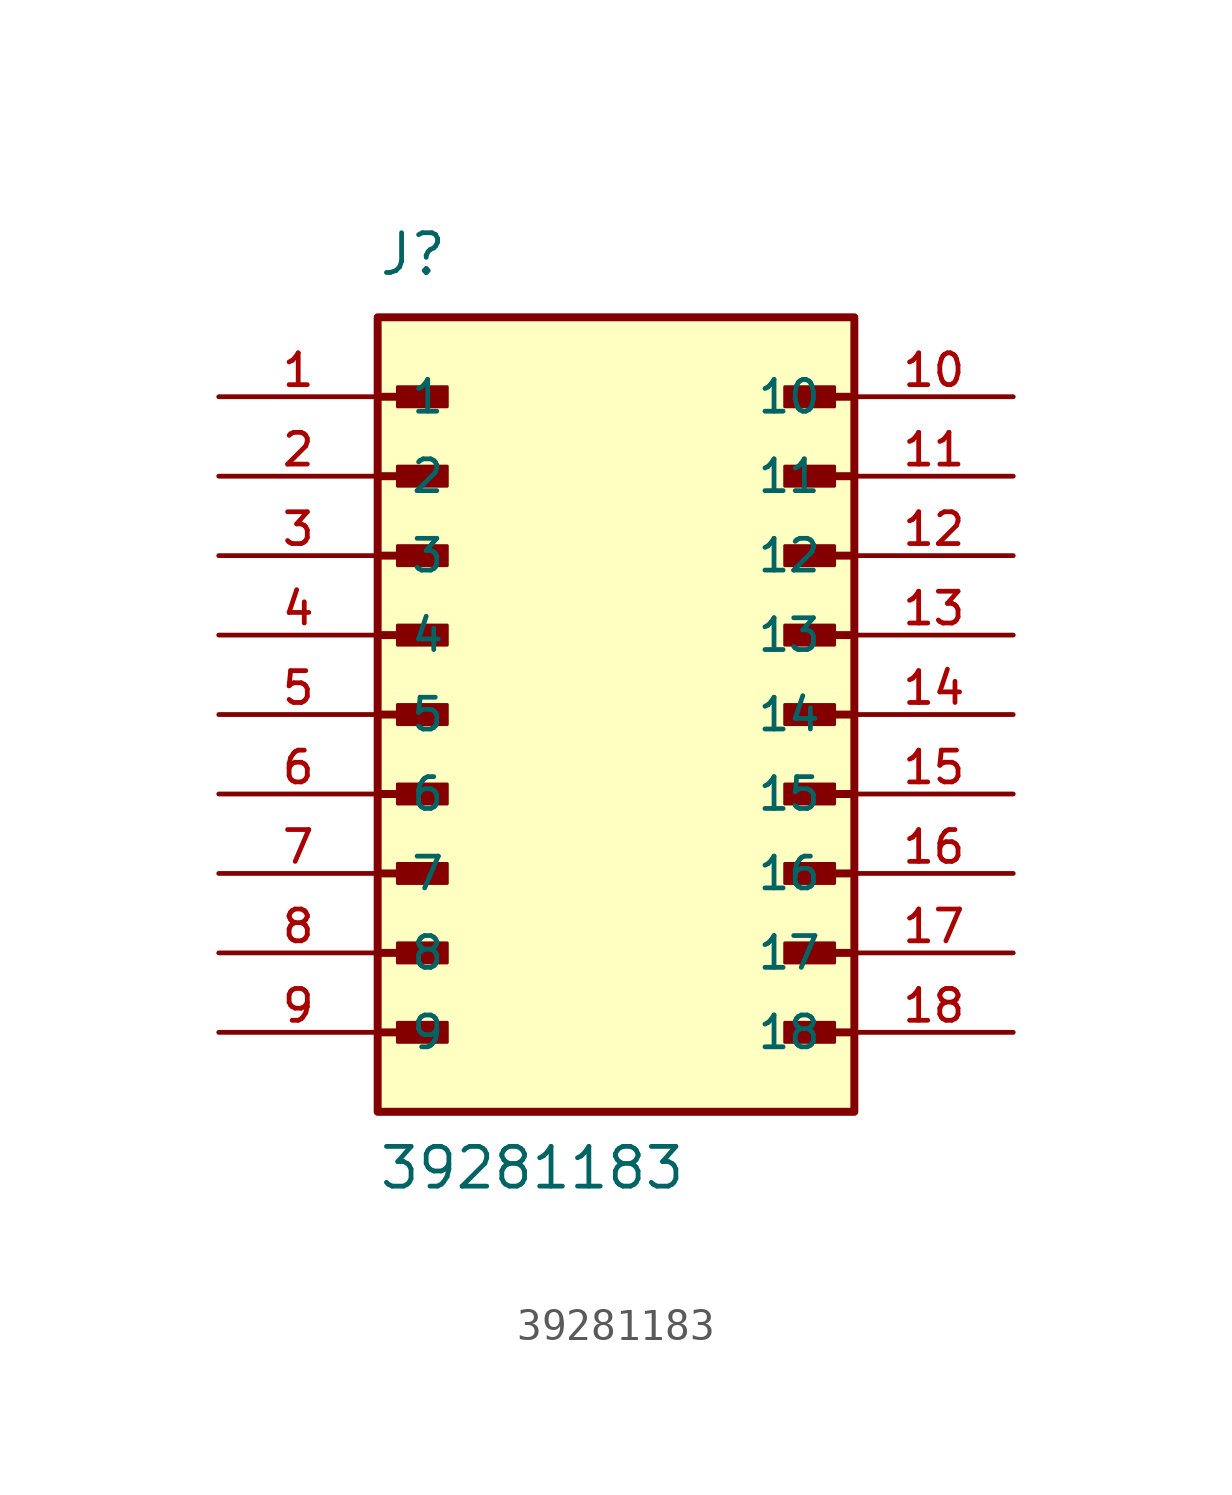
<source format=kicad_sym>
(kicad_symbol_lib
  (version 20211014)
  (generator kicad_symbol_editor)
  (symbol "39281183"
    (pin_names
      (offset 1.016))
    (property "Reference" "J"
      (at -7.62 13.97 0)
      (effects (font (size 1.27 1.27)) (justify bottom left)))
    (property "Value" "39281183"
      (at -7.62 -15.24 0)
      (effects (font (size 1.27 1.27)) (justify bottom left)))
    (symbol "39281183_0_0"
      (polyline (pts (xy -7.62 10.16) (xy -5.715 10.16)) (stroke (width 0.254)))
      (rectangle (start -6.985 9.842) (end -5.397 10.477) (stroke (width 0.1)) (fill (type outline)))
      (polyline (pts (xy -7.62 7.62) (xy -5.715 7.62)) (stroke (width 0.254)))
      (rectangle (start -6.985 7.303) (end -5.397 7.938) (stroke (width 0.1)) (fill (type outline)))
      (polyline (pts (xy -7.62 5.08) (xy -5.715 5.08)) (stroke (width 0.254)))
      (rectangle (start -6.985 4.763) (end -5.397 5.397) (stroke (width 0.1)) (fill (type outline)))
      (polyline (pts (xy -7.62 2.54) (xy -5.715 2.54)) (stroke (width 0.254)))
      (rectangle (start -6.985 2.223) (end -5.397 2.857) (stroke (width 0.1)) (fill (type outline)))
      (polyline (pts (xy -7.62 0.0) (xy -5.715 0.0)) (stroke (width 0.254)))
      (rectangle (start -6.985 -0.318) (end -5.397 0.318) (stroke (width 0.1)) (fill (type outline)))
      (polyline (pts (xy -7.62 -2.54) (xy -5.715 -2.54)) (stroke (width 0.254)))
      (rectangle (start -6.985 -2.857) (end -5.397 -2.223) (stroke (width 0.1)) (fill (type outline)))
      (polyline (pts (xy -7.62 -5.08) (xy -5.715 -5.08)) (stroke (width 0.254)))
      (rectangle (start -6.985 -5.397) (end -5.397 -4.763) (stroke (width 0.1)) (fill (type outline)))
      (polyline (pts (xy -7.62 -7.62) (xy -5.715 -7.62)) (stroke (width 0.254)))
      (rectangle (start -6.985 -7.938) (end -5.397 -7.303) (stroke (width 0.1)) (fill (type outline)))
      (polyline (pts (xy -7.62 -10.16) (xy -5.715 -10.16)) (stroke (width 0.254)))
      (rectangle (start -6.985 -10.477) (end -5.397 -9.842) (stroke (width 0.1)) (fill (type outline)))
      (polyline (pts (xy 7.62 -10.16) (xy 5.715 -10.16)) (stroke (width 0.254)))
      (rectangle (start 5.397 -10.477) (end 6.985 -9.842) (stroke (width 0.1)) (fill (type outline)))
      (polyline (pts (xy 7.62 -7.62) (xy 5.715 -7.62)) (stroke (width 0.254)))
      (rectangle (start 5.397 -7.938) (end 6.985 -7.303) (stroke (width 0.1)) (fill (type outline)))
      (polyline (pts (xy 7.62 -5.08) (xy 5.715 -5.08)) (stroke (width 0.254)))
      (rectangle (start 5.397 -5.397) (end 6.985 -4.763) (stroke (width 0.1)) (fill (type outline)))
      (polyline (pts (xy 7.62 -2.54) (xy 5.715 -2.54)) (stroke (width 0.254)))
      (rectangle (start 5.397 -2.857) (end 6.985 -2.223) (stroke (width 0.1)) (fill (type outline)))
      (polyline (pts (xy 7.62 0.0) (xy 5.715 0.0)) (stroke (width 0.254)))
      (rectangle (start 5.397 -0.318) (end 6.985 0.318) (stroke (width 0.1)) (fill (type outline)))
      (polyline (pts (xy 7.62 2.54) (xy 5.715 2.54)) (stroke (width 0.254)))
      (rectangle (start 5.397 2.223) (end 6.985 2.857) (stroke (width 0.1)) (fill (type outline)))
      (polyline (pts (xy 7.62 5.08) (xy 5.715 5.08)) (stroke (width 0.254)))
      (rectangle (start 5.397 4.763) (end 6.985 5.397) (stroke (width 0.1)) (fill (type outline)))
      (polyline (pts (xy 7.62 7.62) (xy 5.715 7.62)) (stroke (width 0.254)))
      (rectangle (start 5.397 7.303) (end 6.985 7.938) (stroke (width 0.1)) (fill (type outline)))
      (polyline (pts (xy 7.62 10.16) (xy 5.715 10.16)) (stroke (width 0.254)))
      (rectangle (start 5.397 9.842) (end 6.985 10.477) (stroke (width 0.1)) (fill (type outline)))
      (rectangle (start -7.62 -12.7) (end 7.62 12.7) (stroke (width 0.254)) (fill (type background)))
      (pin passive line (at -12.7 10.16 0) (length 5.08) (name "1" (effects (font (size 1.016 1.016)))) (number "1" (effects (font (size 1.016 1.016)))))
      (pin passive line (at -12.7 7.62 0) (length 5.08) (name "2" (effects (font (size 1.016 1.016)))) (number "2" (effects (font (size 1.016 1.016)))))
      (pin passive line (at -12.7 5.08 0) (length 5.08) (name "3" (effects (font (size 1.016 1.016)))) (number "3" (effects (font (size 1.016 1.016)))))
      (pin passive line (at -12.7 2.54 0) (length 5.08) (name "4" (effects (font (size 1.016 1.016)))) (number "4" (effects (font (size 1.016 1.016)))))
      (pin passive line (at -12.7 0.0 0) (length 5.08) (name "5" (effects (font (size 1.016 1.016)))) (number "5" (effects (font (size 1.016 1.016)))))
      (pin passive line (at -12.7 -2.54 0) (length 5.08) (name "6" (effects (font (size 1.016 1.016)))) (number "6" (effects (font (size 1.016 1.016)))))
      (pin passive line (at -12.7 -5.08 0) (length 5.08) (name "7" (effects (font (size 1.016 1.016)))) (number "7" (effects (font (size 1.016 1.016)))))
      (pin passive line (at -12.7 -7.62 0) (length 5.08) (name "8" (effects (font (size 1.016 1.016)))) (number "8" (effects (font (size 1.016 1.016)))))
      (pin passive line (at -12.7 -10.16 0) (length 5.08) (name "9" (effects (font (size 1.016 1.016)))) (number "9" (effects (font (size 1.016 1.016)))))
      (pin passive line (at 12.7 10.16 180.0) (length 5.08) (name "10" (effects (font (size 1.016 1.016)))) (number "10" (effects (font (size 1.016 1.016)))))
      (pin passive line (at 12.7 7.62 180.0) (length 5.08) (name "11" (effects (font (size 1.016 1.016)))) (number "11" (effects (font (size 1.016 1.016)))))
      (pin passive line (at 12.7 5.08 180.0) (length 5.08) (name "12" (effects (font (size 1.016 1.016)))) (number "12" (effects (font (size 1.016 1.016)))))
      (pin passive line (at 12.7 2.54 180.0) (length 5.08) (name "13" (effects (font (size 1.016 1.016)))) (number "13" (effects (font (size 1.016 1.016)))))
      (pin passive line (at 12.7 0.0 180.0) (length 5.08) (name "14" (effects (font (size 1.016 1.016)))) (number "14" (effects (font (size 1.016 1.016)))))
      (pin passive line (at 12.7 -2.54 180.0) (length 5.08) (name "15" (effects (font (size 1.016 1.016)))) (number "15" (effects (font (size 1.016 1.016)))))
      (pin passive line (at 12.7 -5.08 180.0) (length 5.08) (name "16" (effects (font (size 1.016 1.016)))) (number "16" (effects (font (size 1.016 1.016)))))
      (pin passive line (at 12.7 -7.62 180.0) (length 5.08) (name "17" (effects (font (size 1.016 1.016)))) (number "17" (effects (font (size 1.016 1.016)))))
      (pin passive line (at 12.7 -10.16 180.0) (length 5.08) (name "18" (effects (font (size 1.016 1.016)))) (number "18" (effects (font (size 1.016 1.016))))))))
</source>
